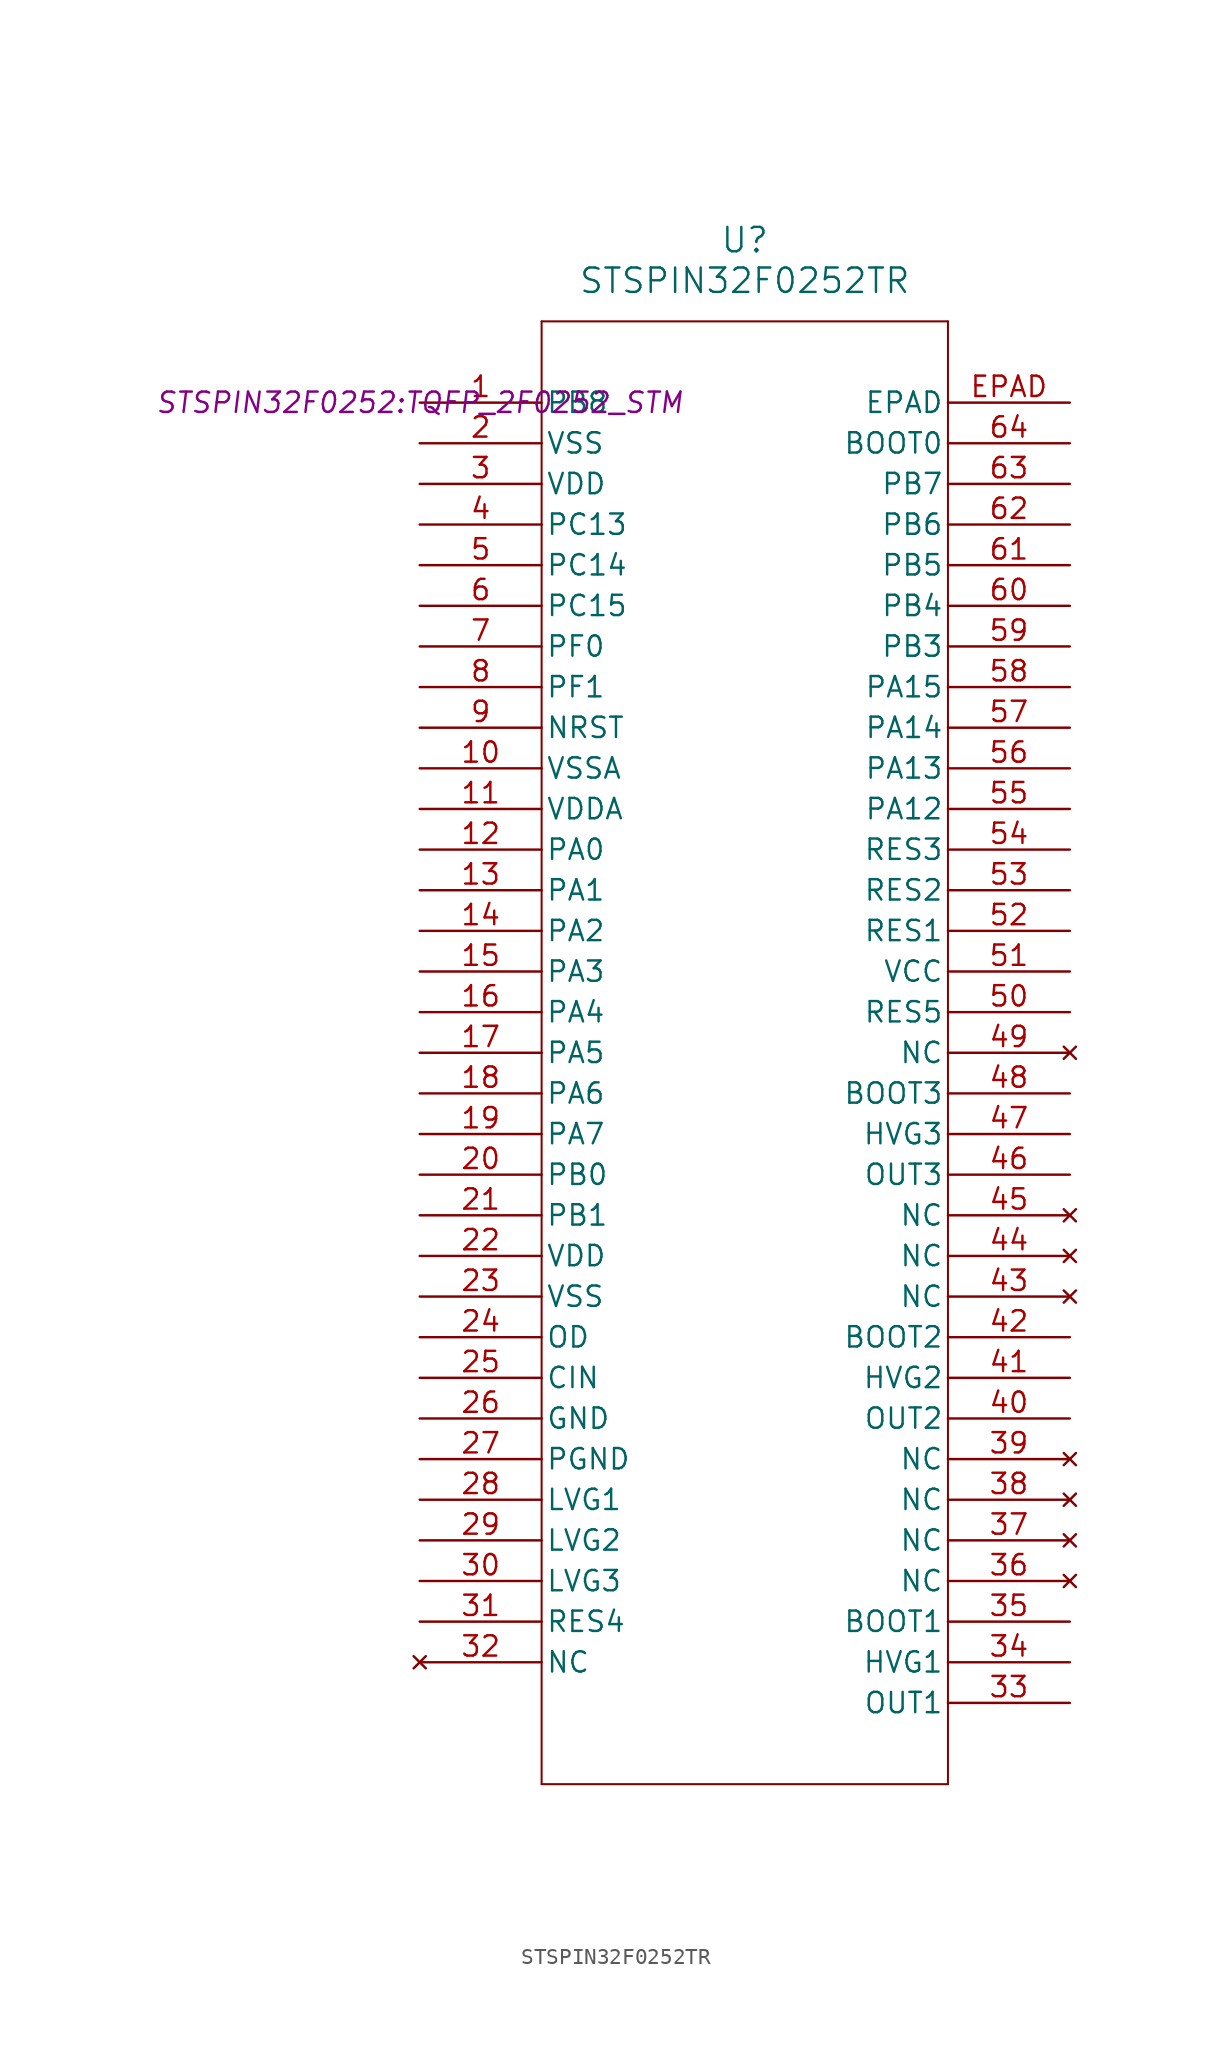
<source format=kicad_sym>
(kicad_symbol_lib
  (version 20241209)
  (generator "kicad_symbol_editor")
  (generator_version "9.0")
  (symbol "STSPIN32F0252TR"
    (pin_names
      (offset 0.254))
    (property "Reference" "U"
      (at 20.32 10.16 0)
      (effects (font (size 1.524 1.524))))
    (property "Value" "STSPIN32F0252TR"
      (at 20.32 7.62 0)
      (effects (font (size 1.524 1.524))))
    (property "Footprint" "STSPIN32F0252:TQFP_2F0252_STM"
      (at 0 0 0)
      (effects (font (size 1.27 1.27) (italic yes))))
    (symbol "STSPIN32F0252TR_0_1"
      (polyline (pts (xy 7.62 5.08) (xy 7.62 -86.36)) (stroke (width 0.127) (type default)) (fill (type none)))
      (polyline (pts (xy 7.62 -86.36) (xy 33.02 -86.36)) (stroke (width 0.127) (type default)) (fill (type none)))
      (polyline (pts (xy 33.02 5.08) (xy 7.62 5.08)) (stroke (width 0.127) (type default)) (fill (type none)))
      (polyline (pts (xy 33.02 -86.36) (xy 33.02 5.08)) (stroke (width 0.127) (type default)) (fill (type none)))
      (pin bidirectional line (at 0 0 0) (length 7.62) (name "PB8" (effects (font (size 1.27 1.27)))) (number "1" (effects (font (size 1.27 1.27)))))
      (pin power_out line (at 0 -2.54 0) (length 7.62) (name "VSS" (effects (font (size 1.27 1.27)))) (number "2" (effects (font (size 1.27 1.27)))))
      (pin power_in line (at 0 -5.08 0) (length 7.62) (name "VDD" (effects (font (size 1.27 1.27)))) (number "3" (effects (font (size 1.27 1.27)))))
      (pin bidirectional line (at 0 -7.62 0) (length 7.62) (name "PC13" (effects (font (size 1.27 1.27)))) (number "4" (effects (font (size 1.27 1.27)))))
      (pin bidirectional line (at 0 -10.16 0) (length 7.62) (name "PC14" (effects (font (size 1.27 1.27)))) (number "5" (effects (font (size 1.27 1.27)))))
      (pin bidirectional line (at 0 -12.7 0) (length 7.62) (name "PC15" (effects (font (size 1.27 1.27)))) (number "6" (effects (font (size 1.27 1.27)))))
      (pin bidirectional line (at 0 -15.24 0) (length 7.62) (name "PF0" (effects (font (size 1.27 1.27)))) (number "7" (effects (font (size 1.27 1.27)))))
      (pin bidirectional line (at 0 -17.78 0) (length 7.62) (name "PF1" (effects (font (size 1.27 1.27)))) (number "8" (effects (font (size 1.27 1.27)))))
      (pin unspecified line (at 0 -20.32 0) (length 7.62) (name "NRST" (effects (font (size 1.27 1.27)))) (number "9" (effects (font (size 1.27 1.27)))))
      (pin power_out line (at 0 -22.86 0) (length 7.62) (name "VSSA" (effects (font (size 1.27 1.27)))) (number "10" (effects (font (size 1.27 1.27)))))
      (pin power_in line (at 0 -25.4 0) (length 7.62) (name "VDDA" (effects (font (size 1.27 1.27)))) (number "11" (effects (font (size 1.27 1.27)))))
      (pin bidirectional line (at 0 -27.94 0) (length 7.62) (name "PA0" (effects (font (size 1.27 1.27)))) (number "12" (effects (font (size 1.27 1.27)))))
      (pin bidirectional line (at 0 -30.48 0) (length 7.62) (name "PA1" (effects (font (size 1.27 1.27)))) (number "13" (effects (font (size 1.27 1.27)))))
      (pin bidirectional line (at 0 -33.02 0) (length 7.62) (name "PA2" (effects (font (size 1.27 1.27)))) (number "14" (effects (font (size 1.27 1.27)))))
      (pin bidirectional line (at 0 -35.56 0) (length 7.62) (name "PA3" (effects (font (size 1.27 1.27)))) (number "15" (effects (font (size 1.27 1.27)))))
      (pin bidirectional line (at 0 -38.1 0) (length 7.62) (name "PA4" (effects (font (size 1.27 1.27)))) (number "16" (effects (font (size 1.27 1.27)))))
      (pin bidirectional line (at 0 -40.64 0) (length 7.62) (name "PA5" (effects (font (size 1.27 1.27)))) (number "17" (effects (font (size 1.27 1.27)))))
      (pin bidirectional line (at 0 -43.18 0) (length 7.62) (name "PA6" (effects (font (size 1.27 1.27)))) (number "18" (effects (font (size 1.27 1.27)))))
      (pin bidirectional line (at 0 -45.72 0) (length 7.62) (name "PA7" (effects (font (size 1.27 1.27)))) (number "19" (effects (font (size 1.27 1.27)))))
      (pin bidirectional line (at 0 -48.26 0) (length 7.62) (name "PB0" (effects (font (size 1.27 1.27)))) (number "20" (effects (font (size 1.27 1.27)))))
      (pin bidirectional line (at 0 -50.8 0) (length 7.62) (name "PB1" (effects (font (size 1.27 1.27)))) (number "21" (effects (font (size 1.27 1.27)))))
      (pin power_in line (at 0 -53.34 0) (length 7.62) (name "VDD" (effects (font (size 1.27 1.27)))) (number "22" (effects (font (size 1.27 1.27)))))
      (pin power_out line (at 0 -55.88 0) (length 7.62) (name "VSS" (effects (font (size 1.27 1.27)))) (number "23" (effects (font (size 1.27 1.27)))))
      (pin unspecified line (at 0 -58.42 0) (length 7.62) (name "OD" (effects (font (size 1.27 1.27)))) (number "24" (effects (font (size 1.27 1.27)))))
      (pin unspecified line (at 0 -60.96 0) (length 7.62) (name "CIN" (effects (font (size 1.27 1.27)))) (number "25" (effects (font (size 1.27 1.27)))))
      (pin power_out line (at 0 -63.5 0) (length 7.62) (name "GND" (effects (font (size 1.27 1.27)))) (number "26" (effects (font (size 1.27 1.27)))))
      (pin power_out line (at 0 -66.04 0) (length 7.62) (name "PGND" (effects (font (size 1.27 1.27)))) (number "27" (effects (font (size 1.27 1.27)))))
      (pin bidirectional line (at 0 -68.58 0) (length 7.62) (name "LVG1" (effects (font (size 1.27 1.27)))) (number "28" (effects (font (size 1.27 1.27)))))
      (pin bidirectional line (at 0 -71.12 0) (length 7.62) (name "LVG2" (effects (font (size 1.27 1.27)))) (number "29" (effects (font (size 1.27 1.27)))))
      (pin bidirectional line (at 0 -73.66 0) (length 7.62) (name "LVG3" (effects (font (size 1.27 1.27)))) (number "30" (effects (font (size 1.27 1.27)))))
      (pin bidirectional line (at 0 -76.2 0) (length 7.62) (name "RES4" (effects (font (size 1.27 1.27)))) (number "31" (effects (font (size 1.27 1.27)))))
      (pin no_connect line (at 0 -78.74 0) (length 7.62) (name "NC" (effects (font (size 1.27 1.27)))) (number "32" (effects (font (size 1.27 1.27)))))
      (pin unspecified line (at 40.64 0 180) (length 7.62) (name "EPAD" (effects (font (size 1.27 1.27)))) (number "EPAD" (effects (font (size 1.27 1.27)))))
      (pin bidirectional line (at 40.64 -2.54 180) (length 7.62) (name "BOOT0" (effects (font (size 1.27 1.27)))) (number "64" (effects (font (size 1.27 1.27)))))
      (pin bidirectional line (at 40.64 -5.08 180) (length 7.62) (name "PB7" (effects (font (size 1.27 1.27)))) (number "63" (effects (font (size 1.27 1.27)))))
      (pin bidirectional line (at 40.64 -7.62 180) (length 7.62) (name "PB6" (effects (font (size 1.27 1.27)))) (number "62" (effects (font (size 1.27 1.27)))))
      (pin bidirectional line (at 40.64 -10.16 180) (length 7.62) (name "PB5" (effects (font (size 1.27 1.27)))) (number "61" (effects (font (size 1.27 1.27)))))
      (pin bidirectional line (at 40.64 -12.7 180) (length 7.62) (name "PB4" (effects (font (size 1.27 1.27)))) (number "60" (effects (font (size 1.27 1.27)))))
      (pin bidirectional line (at 40.64 -15.24 180) (length 7.62) (name "PB3" (effects (font (size 1.27 1.27)))) (number "59" (effects (font (size 1.27 1.27)))))
      (pin bidirectional line (at 40.64 -17.78 180) (length 7.62) (name "PA15" (effects (font (size 1.27 1.27)))) (number "58" (effects (font (size 1.27 1.27)))))
      (pin bidirectional line (at 40.64 -20.32 180) (length 7.62) (name "PA14" (effects (font (size 1.27 1.27)))) (number "57" (effects (font (size 1.27 1.27)))))
      (pin bidirectional line (at 40.64 -22.86 180) (length 7.62) (name "PA13" (effects (font (size 1.27 1.27)))) (number "56" (effects (font (size 1.27 1.27)))))
      (pin bidirectional line (at 40.64 -25.4 180) (length 7.62) (name "PA12" (effects (font (size 1.27 1.27)))) (number "55" (effects (font (size 1.27 1.27)))))
      (pin bidirectional line (at 40.64 -27.94 180) (length 7.62) (name "RES3" (effects (font (size 1.27 1.27)))) (number "54" (effects (font (size 1.27 1.27)))))
      (pin bidirectional line (at 40.64 -30.48 180) (length 7.62) (name "RES2" (effects (font (size 1.27 1.27)))) (number "53" (effects (font (size 1.27 1.27)))))
      (pin bidirectional line (at 40.64 -33.02 180) (length 7.62) (name "RES1" (effects (font (size 1.27 1.27)))) (number "52" (effects (font (size 1.27 1.27)))))
      (pin power_in line (at 40.64 -35.56 180) (length 7.62) (name "VCC" (effects (font (size 1.27 1.27)))) (number "51" (effects (font (size 1.27 1.27)))))
      (pin bidirectional line (at 40.64 -38.1 180) (length 7.62) (name "RES5" (effects (font (size 1.27 1.27)))) (number "50" (effects (font (size 1.27 1.27)))))
      (pin no_connect line (at 40.64 -40.64 180) (length 7.62) (name "NC" (effects (font (size 1.27 1.27)))) (number "49" (effects (font (size 1.27 1.27)))))
      (pin bidirectional line (at 40.64 -43.18 180) (length 7.62) (name "BOOT3" (effects (font (size 1.27 1.27)))) (number "48" (effects (font (size 1.27 1.27)))))
      (pin bidirectional line (at 40.64 -45.72 180) (length 7.62) (name "HVG3" (effects (font (size 1.27 1.27)))) (number "47" (effects (font (size 1.27 1.27)))))
      (pin output line (at 40.64 -48.26 180) (length 7.62) (name "OUT3" (effects (font (size 1.27 1.27)))) (number "46" (effects (font (size 1.27 1.27)))))
      (pin no_connect line (at 40.64 -50.8 180) (length 7.62) (name "NC" (effects (font (size 1.27 1.27)))) (number "45" (effects (font (size 1.27 1.27)))))
      (pin no_connect line (at 40.64 -53.34 180) (length 7.62) (name "NC" (effects (font (size 1.27 1.27)))) (number "44" (effects (font (size 1.27 1.27)))))
      (pin no_connect line (at 40.64 -55.88 180) (length 7.62) (name "NC" (effects (font (size 1.27 1.27)))) (number "43" (effects (font (size 1.27 1.27)))))
      (pin bidirectional line (at 40.64 -58.42 180) (length 7.62) (name "BOOT2" (effects (font (size 1.27 1.27)))) (number "42" (effects (font (size 1.27 1.27)))))
      (pin bidirectional line (at 40.64 -60.96 180) (length 7.62) (name "HVG2" (effects (font (size 1.27 1.27)))) (number "41" (effects (font (size 1.27 1.27)))))
      (pin output line (at 40.64 -63.5 180) (length 7.62) (name "OUT2" (effects (font (size 1.27 1.27)))) (number "40" (effects (font (size 1.27 1.27)))))
      (pin no_connect line (at 40.64 -66.04 180) (length 7.62) (name "NC" (effects (font (size 1.27 1.27)))) (number "39" (effects (font (size 1.27 1.27)))))
      (pin no_connect line (at 40.64 -68.58 180) (length 7.62) (name "NC" (effects (font (size 1.27 1.27)))) (number "38" (effects (font (size 1.27 1.27)))))
      (pin no_connect line (at 40.64 -71.12 180) (length 7.62) (name "NC" (effects (font (size 1.27 1.27)))) (number "37" (effects (font (size 1.27 1.27)))))
      (pin no_connect line (at 40.64 -73.66 180) (length 7.62) (name "NC" (effects (font (size 1.27 1.27)))) (number "36" (effects (font (size 1.27 1.27)))))
      (pin bidirectional line (at 40.64 -76.2 180) (length 7.62) (name "BOOT1" (effects (font (size 1.27 1.27)))) (number "35" (effects (font (size 1.27 1.27)))))
      (pin bidirectional line (at 40.64 -78.74 180) (length 7.62) (name "HVG1" (effects (font (size 1.27 1.27)))) (number "34" (effects (font (size 1.27 1.27)))))
      (pin output line (at 40.64 -81.28 180) (length 7.62) (name "OUT1" (effects (font (size 1.27 1.27)))) (number "33" (effects (font (size 1.27 1.27))))))))
</source>
